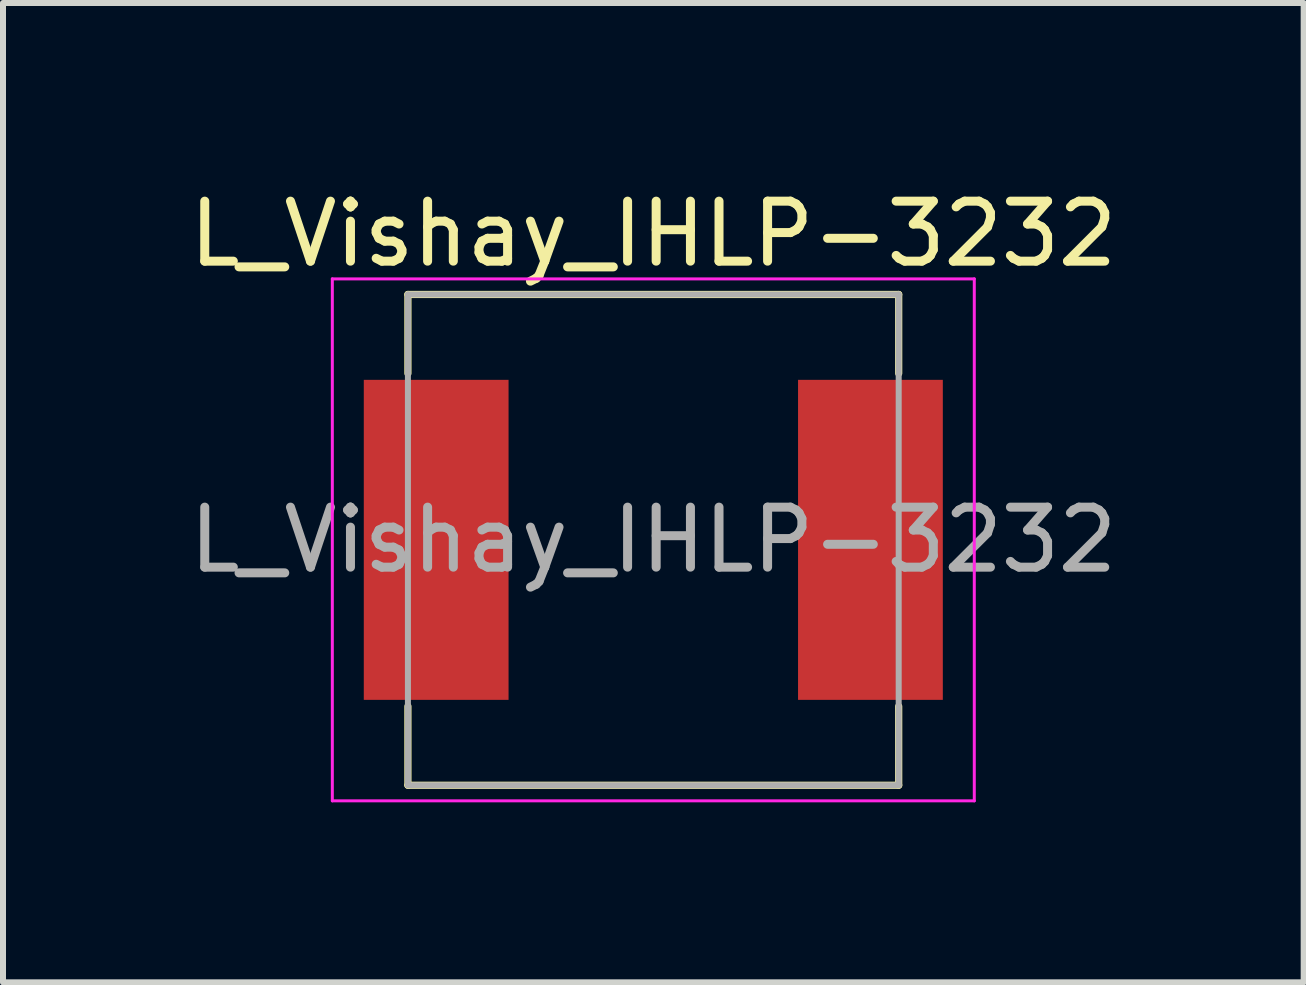
<source format=kicad_pcb>
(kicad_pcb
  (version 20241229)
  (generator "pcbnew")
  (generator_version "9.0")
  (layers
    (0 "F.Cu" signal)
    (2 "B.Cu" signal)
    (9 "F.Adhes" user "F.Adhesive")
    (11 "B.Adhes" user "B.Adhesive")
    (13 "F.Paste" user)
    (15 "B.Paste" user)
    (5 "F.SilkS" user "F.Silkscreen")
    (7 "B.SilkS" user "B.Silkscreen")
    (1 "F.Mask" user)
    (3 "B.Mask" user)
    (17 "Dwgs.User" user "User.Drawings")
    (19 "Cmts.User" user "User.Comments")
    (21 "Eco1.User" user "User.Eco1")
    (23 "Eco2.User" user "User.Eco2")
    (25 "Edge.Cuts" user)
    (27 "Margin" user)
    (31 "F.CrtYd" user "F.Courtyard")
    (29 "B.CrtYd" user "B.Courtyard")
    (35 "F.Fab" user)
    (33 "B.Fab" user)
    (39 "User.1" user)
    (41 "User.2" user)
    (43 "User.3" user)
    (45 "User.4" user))
  (footprint "L_Vishay_IHLP-3232"
    (layer "F.Cu")
    (at 7.839 5.948)
    (property "Reference" "L_Vishay_IHLP-3232" (at 0 -5.1 0) (layer "F.SilkS") (effects (font (size 1 1) (thickness 0.15))))
    (attr smd)
    (fp_line (start -4.09 -4.09) (end 4.09 -4.09) (stroke (width 0.12) (type solid)) (layer "F.SilkS"))
    (fp_line (start -4.09 -2.775) (end -4.09 -4.09) (stroke (width 0.12) (type solid)) (layer "F.SilkS"))
    (fp_line (start -4.09 2.775) (end -4.09 4.09) (stroke (width 0.12) (type solid)) (layer "F.SilkS"))
    (fp_line (start -4.09 4.09) (end 4.09 4.09) (stroke (width 0.12) (type solid)) (layer "F.SilkS"))
    (fp_line (start 4.09 -4.09) (end 4.09 -2.775) (stroke (width 0.12) (type solid)) (layer "F.SilkS"))
    (fp_line (start 4.09 4.09) (end 4.09 2.775) (stroke (width 0.12) (type solid)) (layer "F.SilkS"))
    (fp_line (start -5.35 -4.35) (end -5.35 4.35) (stroke (width 0.05) (type solid)) (layer "F.CrtYd"))
    (fp_line (start -5.35 4.35) (end 5.35 4.35) (stroke (width 0.05) (type solid)) (layer "F.CrtYd"))
    (fp_line (start 5.35 -4.35) (end -5.35 -4.35) (stroke (width 0.05) (type solid)) (layer "F.CrtYd"))
    (fp_line (start 5.35 4.35) (end 5.35 -4.35) (stroke (width 0.05) (type solid)) (layer "F.CrtYd"))
    (fp_line (start -4.09 -4.09) (end -4.09 4.09) (stroke (width 0.1) (type solid)) (layer "F.Fab"))
    (fp_line (start -4.09 4.09) (end 4.09 4.09) (stroke (width 0.1) (type solid)) (layer "F.Fab"))
    (fp_line (start 4.09 -4.09) (end -4.09 -4.09) (stroke (width 0.1) (type solid)) (layer "F.Fab"))
    (fp_line (start 4.09 4.09) (end 4.09 -4.09) (stroke (width 0.1) (type solid)) (layer "F.Fab"))
    (fp_text user "${REFERENCE}" (at 0 0 0) (layer "F.Fab") (effects (font (size 1 1) (thickness 0.15))))
    (pad "1" smd rect (at -3.619 0) (size 2.413 5.334) (layers "F.Cu" "F.Mask" "F.Paste"))
    (pad "2" smd rect (at 3.619 0) (size 2.413 5.334) (layers "F.Cu" "F.Mask" "F.Paste")))
  (gr_rect
    (start -3 -3)
    (end 18.679 13.323)
    (stroke (width 0.1) (type default))
    (fill no)
    (layer "Edge.Cuts")))
</source>
